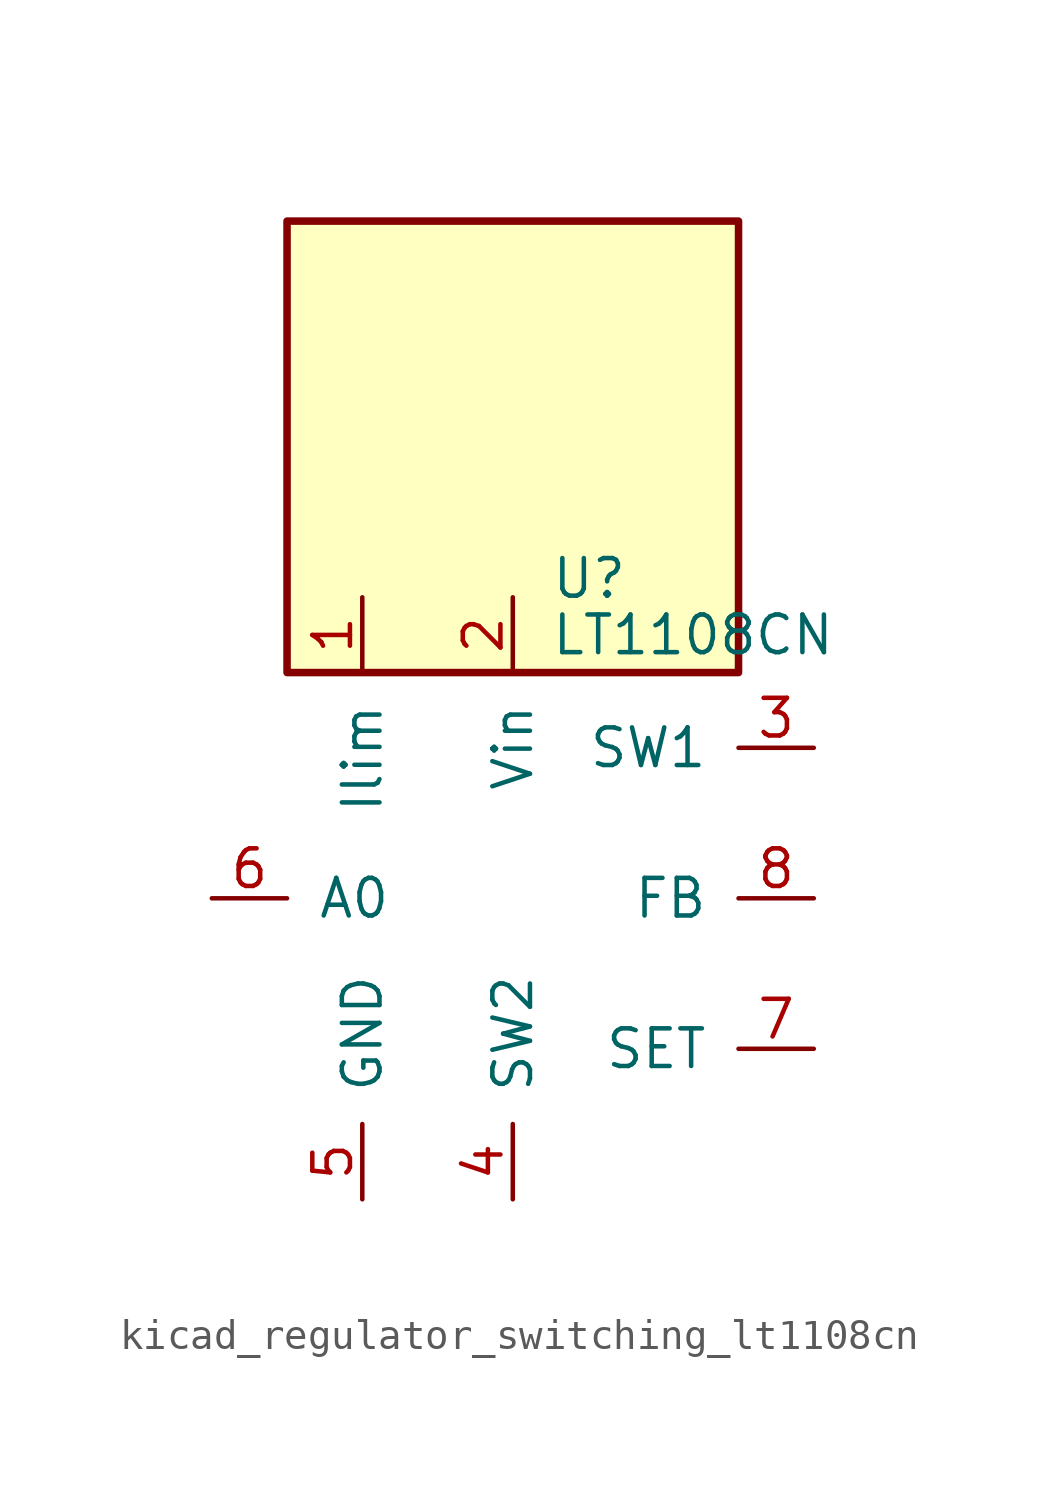
<source format=kicad_sym>
(kicad_symbol_lib
  (version 20220914)
  (generator kicad_symbol_editor)
  (symbol "kicad_regulator_switching_lt1108cn"
    (pin_names
      (offset 1.016))
    (property "Reference" "U"
      (at 1.27 10.795 0)
      (effects (font (size 1.27 1.27)) (justify left)))
    (property "Value" "LT1108CN"
      (at 1.27 8.89 0)
      (effects (font (size 1.27 1.27)) (justify left)))
    (symbol "kicad_regulator_switching_lt1108cn_0_1"
      (rectangle (start 7.62 22.86) (end -7.62 7.62) (stroke (width 0.254) (type default)) (fill (type background))))
    (symbol "kicad_regulator_switching_lt1108cn_1_1"
      (pin input line (at -5.08 10.16 270) (length 2.54) (name "Ilim" (effects (font (size 1.27 1.27)))) (number "1" (effects (font (size 1.27 1.27)))))
      (pin power_in line (at 0 10.16 270) (length 2.54) (name "Vin" (effects (font (size 1.27 1.27)))) (number "2" (effects (font (size 1.27 1.27)))))
      (pin input line (at 10.16 5.08 180) (length 2.54) (name "SW1" (effects (font (size 1.27 1.27)))) (number "3" (effects (font (size 1.27 1.27)))))
      (pin input line (at 0 -10.16 90) (length 2.54) (name "SW2" (effects (font (size 1.27 1.27)))) (number "4" (effects (font (size 1.27 1.27)))))
      (pin power_in line (at -5.08 -10.16 90) (length 2.54) (name "GND" (effects (font (size 1.27 1.27)))) (number "5" (effects (font (size 1.27 1.27)))))
      (pin output line (at -10.16 0 0) (length 2.54) (name "A0" (effects (font (size 1.27 1.27)))) (number "6" (effects (font (size 1.27 1.27)))))
      (pin input line (at 10.16 -5.08 180) (length 2.54) (name "SET" (effects (font (size 1.27 1.27)))) (number "7" (effects (font (size 1.27 1.27)))))
      (pin input line (at 10.16 0 180) (length 2.54) (name "FB" (effects (font (size 1.27 1.27)))) (number "8" (effects (font (size 1.27 1.27))))))))
</source>
